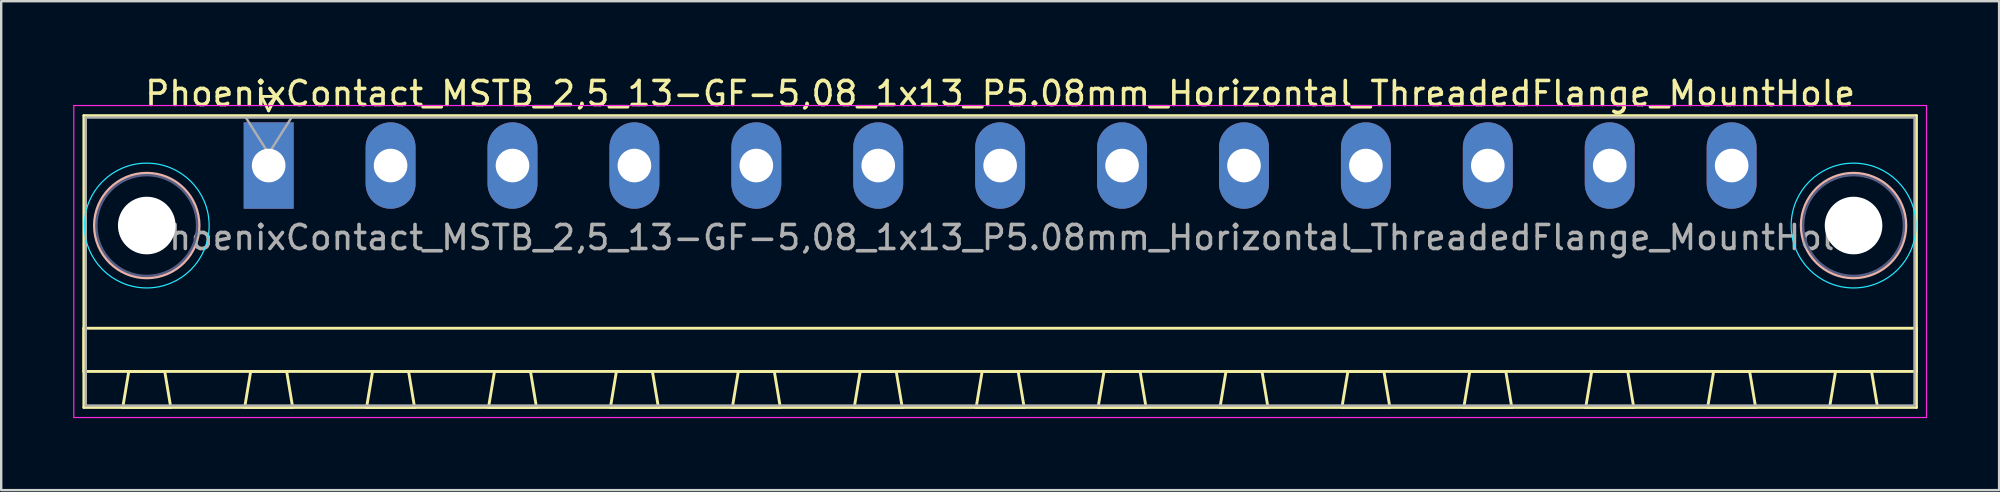
<source format=kicad_pcb>
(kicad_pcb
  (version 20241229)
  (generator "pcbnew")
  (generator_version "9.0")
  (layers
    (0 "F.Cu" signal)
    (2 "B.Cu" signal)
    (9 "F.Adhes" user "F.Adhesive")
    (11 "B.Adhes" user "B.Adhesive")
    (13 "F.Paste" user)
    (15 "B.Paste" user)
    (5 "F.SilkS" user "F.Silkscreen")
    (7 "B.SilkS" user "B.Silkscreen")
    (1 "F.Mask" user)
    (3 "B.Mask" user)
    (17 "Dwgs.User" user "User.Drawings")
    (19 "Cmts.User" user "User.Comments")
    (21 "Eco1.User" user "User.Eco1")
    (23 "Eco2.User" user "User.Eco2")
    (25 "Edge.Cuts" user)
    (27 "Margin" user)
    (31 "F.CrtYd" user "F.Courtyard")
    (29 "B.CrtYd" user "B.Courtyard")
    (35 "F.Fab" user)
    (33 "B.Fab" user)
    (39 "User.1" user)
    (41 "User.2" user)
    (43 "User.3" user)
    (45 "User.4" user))
  (footprint "PhoenixContact_MSTB_2,5_13-GF-5,08_1x13_P5.08mm_Horizontal_ThreadedFlange_MountHole"
    (layer "F.Cu")
    (at 8.145 3.848)
    (property "Reference" "PhoenixContact_MSTB_2,5_13-GF-5,08_1x13_P5.08mm_Horizontal_ThreadedFlange_MountHole" (at 30.48 -3 0) (layer "F.SilkS") (effects (font (size 1 1) (thickness 0.15))))
    (attr through_hole)
    (fp_line (start -7.7 -2.08) (end -7.7 10.08) (stroke (width 0.12) (type solid)) (layer "F.SilkS"))
    (fp_line (start -7.7 6.78) (end 68.66 6.78) (stroke (width 0.12) (type solid)) (layer "F.SilkS"))
    (fp_line (start -7.7 8.58) (end -7.7 6.78) (stroke (width 0.12) (type solid)) (layer "F.SilkS"))
    (fp_line (start -7.7 10.08) (end 68.66 10.08) (stroke (width 0.12) (type solid)) (layer "F.SilkS"))
    (fp_line (start -6.08 10.08) (end -4.08 10.08) (stroke (width 0.12) (type solid)) (layer "F.SilkS"))
    (fp_line (start -5.83 8.58) (end -6.08 10.08) (stroke (width 0.12) (type solid)) (layer "F.SilkS"))
    (fp_line (start -4.33 8.58) (end -5.83 8.58) (stroke (width 0.12) (type solid)) (layer "F.SilkS"))
    (fp_line (start -4.08 10.08) (end -4.33 8.58) (stroke (width 0.12) (type solid)) (layer "F.SilkS"))
    (fp_line (start -1 10.08) (end 1 10.08) (stroke (width 0.12) (type solid)) (layer "F.SilkS"))
    (fp_line (start -0.75 8.58) (end -1 10.08) (stroke (width 0.12) (type solid)) (layer "F.SilkS"))
    (fp_line (start -0.3 -2.88) (end 0.3 -2.88) (stroke (width 0.12) (type solid)) (layer "F.SilkS"))
    (fp_line (start 0 -2.28) (end -0.3 -2.88) (stroke (width 0.12) (type solid)) (layer "F.SilkS"))
    (fp_line (start 0.3 -2.88) (end 0 -2.28) (stroke (width 0.12) (type solid)) (layer "F.SilkS"))
    (fp_line (start 0.75 8.58) (end -0.75 8.58) (stroke (width 0.12) (type solid)) (layer "F.SilkS"))
    (fp_line (start 1 10.08) (end 0.75 8.58) (stroke (width 0.12) (type solid)) (layer "F.SilkS"))
    (fp_line (start 4.08 10.08) (end 6.08 10.08) (stroke (width 0.12) (type solid)) (layer "F.SilkS"))
    (fp_line (start 4.33 8.58) (end 4.08 10.08) (stroke (width 0.12) (type solid)) (layer "F.SilkS"))
    (fp_line (start 5.83 8.58) (end 4.33 8.58) (stroke (width 0.12) (type solid)) (layer "F.SilkS"))
    (fp_line (start 6.08 10.08) (end 5.83 8.58) (stroke (width 0.12) (type solid)) (layer "F.SilkS"))
    (fp_line (start 9.16 10.08) (end 11.16 10.08) (stroke (width 0.12) (type solid)) (layer "F.SilkS"))
    (fp_line (start 9.41 8.58) (end 9.16 10.08) (stroke (width 0.12) (type solid)) (layer "F.SilkS"))
    (fp_line (start 10.91 8.58) (end 9.41 8.58) (stroke (width 0.12) (type solid)) (layer "F.SilkS"))
    (fp_line (start 11.16 10.08) (end 10.91 8.58) (stroke (width 0.12) (type solid)) (layer "F.SilkS"))
    (fp_line (start 14.24 10.08) (end 16.24 10.08) (stroke (width 0.12) (type solid)) (layer "F.SilkS"))
    (fp_line (start 14.49 8.58) (end 14.24 10.08) (stroke (width 0.12) (type solid)) (layer "F.SilkS"))
    (fp_line (start 15.99 8.58) (end 14.49 8.58) (stroke (width 0.12) (type solid)) (layer "F.SilkS"))
    (fp_line (start 16.24 10.08) (end 15.99 8.58) (stroke (width 0.12) (type solid)) (layer "F.SilkS"))
    (fp_line (start 19.32 10.08) (end 21.32 10.08) (stroke (width 0.12) (type solid)) (layer "F.SilkS"))
    (fp_line (start 19.57 8.58) (end 19.32 10.08) (stroke (width 0.12) (type solid)) (layer "F.SilkS"))
    (fp_line (start 21.07 8.58) (end 19.57 8.58) (stroke (width 0.12) (type solid)) (layer "F.SilkS"))
    (fp_line (start 21.32 10.08) (end 21.07 8.58) (stroke (width 0.12) (type solid)) (layer "F.SilkS"))
    (fp_line (start 24.4 10.08) (end 26.4 10.08) (stroke (width 0.12) (type solid)) (layer "F.SilkS"))
    (fp_line (start 24.65 8.58) (end 24.4 10.08) (stroke (width 0.12) (type solid)) (layer "F.SilkS"))
    (fp_line (start 26.15 8.58) (end 24.65 8.58) (stroke (width 0.12) (type solid)) (layer "F.SilkS"))
    (fp_line (start 26.4 10.08) (end 26.15 8.58) (stroke (width 0.12) (type solid)) (layer "F.SilkS"))
    (fp_line (start 29.48 10.08) (end 31.48 10.08) (stroke (width 0.12) (type solid)) (layer "F.SilkS"))
    (fp_line (start 29.73 8.58) (end 29.48 10.08) (stroke (width 0.12) (type solid)) (layer "F.SilkS"))
    (fp_line (start 31.23 8.58) (end 29.73 8.58) (stroke (width 0.12) (type solid)) (layer "F.SilkS"))
    (fp_line (start 31.48 10.08) (end 31.23 8.58) (stroke (width 0.12) (type solid)) (layer "F.SilkS"))
    (fp_line (start 34.56 10.08) (end 36.56 10.08) (stroke (width 0.12) (type solid)) (layer "F.SilkS"))
    (fp_line (start 34.81 8.58) (end 34.56 10.08) (stroke (width 0.12) (type solid)) (layer "F.SilkS"))
    (fp_line (start 36.31 8.58) (end 34.81 8.58) (stroke (width 0.12) (type solid)) (layer "F.SilkS"))
    (fp_line (start 36.56 10.08) (end 36.31 8.58) (stroke (width 0.12) (type solid)) (layer "F.SilkS"))
    (fp_line (start 39.64 10.08) (end 41.64 10.08) (stroke (width 0.12) (type solid)) (layer "F.SilkS"))
    (fp_line (start 39.89 8.58) (end 39.64 10.08) (stroke (width 0.12) (type solid)) (layer "F.SilkS"))
    (fp_line (start 41.39 8.58) (end 39.89 8.58) (stroke (width 0.12) (type solid)) (layer "F.SilkS"))
    (fp_line (start 41.64 10.08) (end 41.39 8.58) (stroke (width 0.12) (type solid)) (layer "F.SilkS"))
    (fp_line (start 44.72 10.08) (end 46.72 10.08) (stroke (width 0.12) (type solid)) (layer "F.SilkS"))
    (fp_line (start 44.97 8.58) (end 44.72 10.08) (stroke (width 0.12) (type solid)) (layer "F.SilkS"))
    (fp_line (start 46.47 8.58) (end 44.97 8.58) (stroke (width 0.12) (type solid)) (layer "F.SilkS"))
    (fp_line (start 46.72 10.08) (end 46.47 8.58) (stroke (width 0.12) (type solid)) (layer "F.SilkS"))
    (fp_line (start 49.8 10.08) (end 51.8 10.08) (stroke (width 0.12) (type solid)) (layer "F.SilkS"))
    (fp_line (start 50.05 8.58) (end 49.8 10.08) (stroke (width 0.12) (type solid)) (layer "F.SilkS"))
    (fp_line (start 51.55 8.58) (end 50.05 8.58) (stroke (width 0.12) (type solid)) (layer "F.SilkS"))
    (fp_line (start 51.8 10.08) (end 51.55 8.58) (stroke (width 0.12) (type solid)) (layer "F.SilkS"))
    (fp_line (start 54.88 10.08) (end 56.88 10.08) (stroke (width 0.12) (type solid)) (layer "F.SilkS"))
    (fp_line (start 55.13 8.58) (end 54.88 10.08) (stroke (width 0.12) (type solid)) (layer "F.SilkS"))
    (fp_line (start 56.63 8.58) (end 55.13 8.58) (stroke (width 0.12) (type solid)) (layer "F.SilkS"))
    (fp_line (start 56.88 10.08) (end 56.63 8.58) (stroke (width 0.12) (type solid)) (layer "F.SilkS"))
    (fp_line (start 59.96 10.08) (end 61.96 10.08) (stroke (width 0.12) (type solid)) (layer "F.SilkS"))
    (fp_line (start 60.21 8.58) (end 59.96 10.08) (stroke (width 0.12) (type solid)) (layer "F.SilkS"))
    (fp_line (start 61.71 8.58) (end 60.21 8.58) (stroke (width 0.12) (type solid)) (layer "F.SilkS"))
    (fp_line (start 61.96 10.08) (end 61.71 8.58) (stroke (width 0.12) (type solid)) (layer "F.SilkS"))
    (fp_line (start 65.04 10.08) (end 67.04 10.08) (stroke (width 0.12) (type solid)) (layer "F.SilkS"))
    (fp_line (start 65.29 8.58) (end 65.04 10.08) (stroke (width 0.12) (type solid)) (layer "F.SilkS"))
    (fp_line (start 66.79 8.58) (end 65.29 8.58) (stroke (width 0.12) (type solid)) (layer "F.SilkS"))
    (fp_line (start 67.04 10.08) (end 66.79 8.58) (stroke (width 0.12) (type solid)) (layer "F.SilkS"))
    (fp_line (start 68.66 -2.08) (end -7.7 -2.08) (stroke (width 0.12) (type solid)) (layer "F.SilkS"))
    (fp_line (start 68.66 6.78) (end 68.66 8.58) (stroke (width 0.12) (type solid)) (layer "F.SilkS"))
    (fp_line (start 68.66 8.58) (end -7.7 8.58) (stroke (width 0.12) (type solid)) (layer "F.SilkS"))
    (fp_line (start 68.66 10.08) (end 68.66 -2.08) (stroke (width 0.12) (type solid)) (layer "F.SilkS"))
    (fp_circle (center -5.08 2.5) (end -2.9 2.5) (stroke (width 0.12) (type solid)) (fill no) (layer "B.SilkS"))
    (fp_circle (center 66.04 2.5) (end 68.22 2.5) (stroke (width 0.12) (type solid)) (fill no) (layer "B.SilkS"))
    (fp_circle (center -5.08 2.5) (end -2.48 2.5) (stroke (width 0.05) (type solid)) (fill no) (layer "B.CrtYd"))
    (fp_circle (center 66.04 2.5) (end 68.64 2.5) (stroke (width 0.05) (type solid)) (fill no) (layer "B.CrtYd"))
    (fp_line (start -8.12 -2.5) (end -8.12 10.5) (stroke (width 0.05) (type solid)) (layer "F.CrtYd"))
    (fp_line (start -8.12 10.5) (end 69.08 10.5) (stroke (width 0.05) (type solid)) (layer "F.CrtYd"))
    (fp_line (start 69.08 -2.5) (end -8.12 -2.5) (stroke (width 0.05) (type solid)) (layer "F.CrtYd"))
    (fp_line (start 69.08 10.5) (end 69.08 -2.5) (stroke (width 0.05) (type solid)) (layer "F.CrtYd"))
    (fp_circle (center -5.08 2.5) (end -2.98 2.5) (stroke (width 0.1) (type solid)) (fill no) (layer "B.Fab"))
    (fp_circle (center 66.04 2.5) (end 68.14 2.5) (stroke (width 0.1) (type solid)) (fill no) (layer "B.Fab"))
    (fp_line (start -7.62 -2) (end -7.62 10) (stroke (width 0.1) (type solid)) (layer "F.Fab"))
    (fp_line (start -7.62 10) (end 68.58 10) (stroke (width 0.1) (type solid)) (layer "F.Fab"))
    (fp_line (start 0 -0.5) (end -0.95 -2) (stroke (width 0.1) (type solid)) (layer "F.Fab"))
    (fp_line (start 0.95 -2) (end 0 -0.5) (stroke (width 0.1) (type solid)) (layer "F.Fab"))
    (fp_line (start 68.58 -2) (end -7.62 -2) (stroke (width 0.1) (type solid)) (layer "F.Fab"))
    (fp_line (start 68.58 10) (end 68.58 -2) (stroke (width 0.1) (type solid)) (layer "F.Fab"))
    (fp_text user "${REFERENCE}" (at 30.48 3 0) (layer "F.Fab") (effects (font (size 1 1) (thickness 0.15))))
    (pad "" np_thru_hole circle (at -5.08 2.5) (size 2.4 2.4) (drill 2.4) (layers "*.Cu" "*.Mask"))
    (pad "" np_thru_hole circle (at 66.04 2.5) (size 2.4 2.4) (drill 2.4) (layers "*.Cu" "*.Mask"))
    (pad "1" thru_hole rect (at 0 0) (size 2.08 3.6) (drill 1.4) (layers "*.Cu" "*.Mask"))
    (pad "2" thru_hole oval (at 5.08 0) (size 2.08 3.6) (drill 1.4) (layers "*.Cu" "*.Mask"))
    (pad "3" thru_hole oval (at 10.16 0) (size 2.08 3.6) (drill 1.4) (layers "*.Cu" "*.Mask"))
    (pad "4" thru_hole oval (at 15.24 0) (size 2.08 3.6) (drill 1.4) (layers "*.Cu" "*.Mask"))
    (pad "5" thru_hole oval (at 20.32 0) (size 2.08 3.6) (drill 1.4) (layers "*.Cu" "*.Mask"))
    (pad "6" thru_hole oval (at 25.4 0) (size 2.08 3.6) (drill 1.4) (layers "*.Cu" "*.Mask"))
    (pad "7" thru_hole oval (at 30.48 0) (size 2.08 3.6) (drill 1.4) (layers "*.Cu" "*.Mask"))
    (pad "8" thru_hole oval (at 35.56 0) (size 2.08 3.6) (drill 1.4) (layers "*.Cu" "*.Mask"))
    (pad "9" thru_hole oval (at 40.64 0) (size 2.08 3.6) (drill 1.4) (layers "*.Cu" "*.Mask"))
    (pad "10" thru_hole oval (at 45.72 0) (size 2.08 3.6) (drill 1.4) (layers "*.Cu" "*.Mask"))
    (pad "11" thru_hole oval (at 50.8 0) (size 2.08 3.6) (drill 1.4) (layers "*.Cu" "*.Mask"))
    (pad "12" thru_hole oval (at 55.88 0) (size 2.08 3.6) (drill 1.4) (layers "*.Cu" "*.Mask"))
    (pad "13" thru_hole oval (at 60.96 0) (size 2.08 3.6) (drill 1.4) (layers "*.Cu" "*.Mask")))
  (gr_rect
    (start -3 -3)
    (end 80.25 17.373)
    (stroke (width 0.1) (type default))
    (fill no)
    (layer "Edge.Cuts")))
</source>
